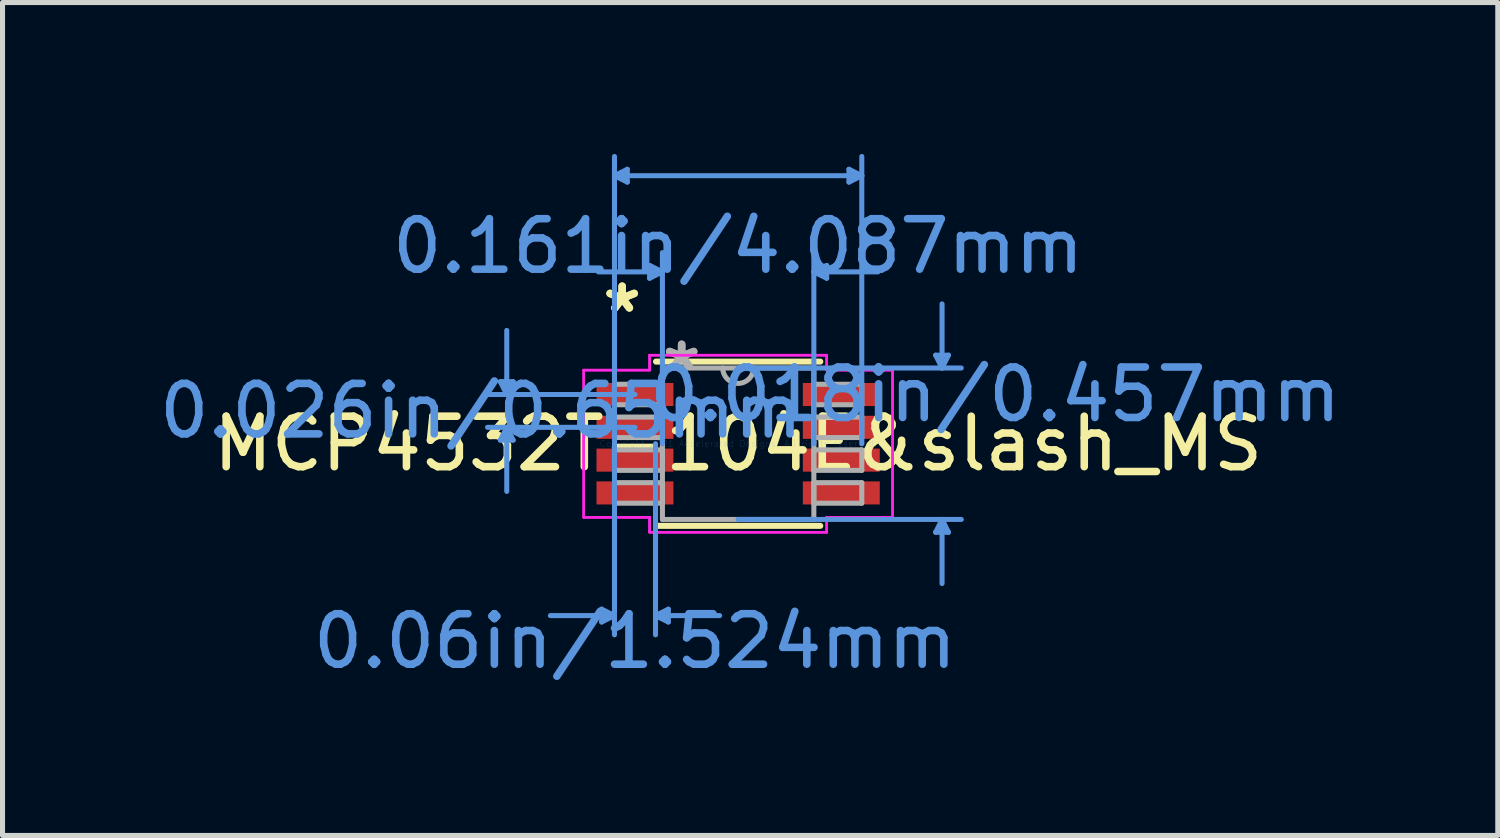
<source format=kicad_pcb>
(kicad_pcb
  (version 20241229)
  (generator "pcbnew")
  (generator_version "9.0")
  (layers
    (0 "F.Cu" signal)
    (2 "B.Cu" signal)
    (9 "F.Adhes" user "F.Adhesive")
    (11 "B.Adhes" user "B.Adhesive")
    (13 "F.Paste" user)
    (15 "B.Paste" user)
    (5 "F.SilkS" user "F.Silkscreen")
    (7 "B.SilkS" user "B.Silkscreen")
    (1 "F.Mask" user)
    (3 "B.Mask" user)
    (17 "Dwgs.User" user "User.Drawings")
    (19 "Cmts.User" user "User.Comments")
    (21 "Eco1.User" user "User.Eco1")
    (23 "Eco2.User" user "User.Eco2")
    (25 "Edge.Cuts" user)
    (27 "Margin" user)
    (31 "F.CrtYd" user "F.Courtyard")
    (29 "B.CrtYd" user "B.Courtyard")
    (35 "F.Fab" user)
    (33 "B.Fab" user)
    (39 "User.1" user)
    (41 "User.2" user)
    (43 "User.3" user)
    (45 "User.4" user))
  (footprint "MCP4532T-104E&slash_MS"
    (layer "F.Cu")
    (at 11.574 5.741)
    (property "Reference" "MCP4532T-104E&slash_MS" (at 0 0 0) (layer "F.SilkS") (effects (font (size 1 1) (thickness 0.15))))
    (attr through_hole)
    (fp_line (start -1.627 1.627) (end 1.627 1.627) (stroke (width 0.12) (type solid)) (layer "F.SilkS"))
    (fp_line (start 1.627 -1.627) (end -1.627 -1.627) (stroke (width 0.12) (type solid)) (layer "F.SilkS"))
    (fp_line (start -4.711 -1.229) (end -4.457 -1.229) (stroke (width 0.1) (type solid)) (layer "Cmts.User"))
    (fp_line (start -4.711 -0.071) (end -4.457 -0.071) (stroke (width 0.1) (type solid)) (layer "Cmts.User"))
    (fp_line (start -4.584 -0.975) (end -4.711 -1.229) (stroke (width 0.1) (type solid)) (layer "Cmts.User"))
    (fp_line (start -4.584 -0.975) (end -4.584 -2.245) (stroke (width 0.1) (type solid)) (layer "Cmts.User"))
    (fp_line (start -4.584 -0.975) (end -4.457 -1.229) (stroke (width 0.1) (type solid)) (layer "Cmts.User"))
    (fp_line (start -4.584 -0.325) (end -4.711 -0.071) (stroke (width 0.1) (type solid)) (layer "Cmts.User"))
    (fp_line (start -4.584 -0.325) (end -4.584 0.945) (stroke (width 0.1) (type solid)) (layer "Cmts.User"))
    (fp_line (start -4.584 -0.325) (end -4.457 -0.071) (stroke (width 0.1) (type solid)) (layer "Cmts.User"))
    (fp_line (start -2.704 3.278) (end -2.704 3.532) (stroke (width 0.1) (type solid)) (layer "Cmts.User"))
    (fp_line (start -2.45 -5.31) (end -2.196 -5.437) (stroke (width 0.1) (type solid)) (layer "Cmts.User"))
    (fp_line (start -2.45 -5.31) (end -2.196 -5.183) (stroke (width 0.1) (type solid)) (layer "Cmts.User"))
    (fp_line (start -2.45 -5.31) (end 2.45 -5.31) (stroke (width 0.1) (type solid)) (layer "Cmts.User"))
    (fp_line (start -2.45 0) (end -2.45 -5.691) (stroke (width 0.1) (type solid)) (layer "Cmts.User"))
    (fp_line (start -2.45 0) (end -2.45 3.786) (stroke (width 0.1) (type solid)) (layer "Cmts.User"))
    (fp_line (start -2.45 3.405) (end -3.72 3.405) (stroke (width 0.1) (type solid)) (layer "Cmts.User"))
    (fp_line (start -2.45 3.405) (end -2.704 3.278) (stroke (width 0.1) (type solid)) (layer "Cmts.User"))
    (fp_line (start -2.45 3.405) (end -2.704 3.532) (stroke (width 0.1) (type solid)) (layer "Cmts.User"))
    (fp_line (start -2.196 -5.437) (end -2.196 -5.183) (stroke (width 0.1) (type solid)) (layer "Cmts.User"))
    (fp_line (start -2.044 -0.975) (end -4.965 -0.975) (stroke (width 0.1) (type solid)) (layer "Cmts.User"))
    (fp_line (start -2.044 -0.325) (end -4.965 -0.325) (stroke (width 0.1) (type solid)) (layer "Cmts.User"))
    (fp_line (start -1.754 -3.532) (end -1.754 -3.278) (stroke (width 0.1) (type solid)) (layer "Cmts.User"))
    (fp_line (start -1.637 0) (end -1.637 3.786) (stroke (width 0.1) (type solid)) (layer "Cmts.User"))
    (fp_line (start -1.637 3.405) (end -1.383 3.278) (stroke (width 0.1) (type solid)) (layer "Cmts.User"))
    (fp_line (start -1.637 3.405) (end -1.383 3.532) (stroke (width 0.1) (type solid)) (layer "Cmts.User"))
    (fp_line (start -1.637 3.405) (end -0.367 3.405) (stroke (width 0.1) (type solid)) (layer "Cmts.User"))
    (fp_line (start -1.5 -3.405) (end -2.77 -3.405) (stroke (width 0.1) (type solid)) (layer "Cmts.User"))
    (fp_line (start -1.5 -3.405) (end -1.754 -3.532) (stroke (width 0.1) (type solid)) (layer "Cmts.User"))
    (fp_line (start -1.5 -3.405) (end -1.754 -3.278) (stroke (width 0.1) (type solid)) (layer "Cmts.User"))
    (fp_line (start -1.5 0) (end -1.5 -3.786) (stroke (width 0.1) (type solid)) (layer "Cmts.User"))
    (fp_line (start -1.383 3.278) (end -1.383 3.532) (stroke (width 0.1) (type solid)) (layer "Cmts.User"))
    (fp_line (start 0 -1.5) (end 4.421 -1.5) (stroke (width 0.1) (type solid)) (layer "Cmts.User"))
    (fp_line (start 0 1.5) (end 4.421 1.5) (stroke (width 0.1) (type solid)) (layer "Cmts.User"))
    (fp_line (start 1.5 -3.405) (end 1.754 -3.532) (stroke (width 0.1) (type solid)) (layer "Cmts.User"))
    (fp_line (start 1.5 -3.405) (end 1.754 -3.278) (stroke (width 0.1) (type solid)) (layer "Cmts.User"))
    (fp_line (start 1.5 -3.405) (end 2.77 -3.405) (stroke (width 0.1) (type solid)) (layer "Cmts.User"))
    (fp_line (start 1.5 0) (end 1.5 -3.786) (stroke (width 0.1) (type solid)) (layer "Cmts.User"))
    (fp_line (start 1.754 -3.532) (end 1.754 -3.278) (stroke (width 0.1) (type solid)) (layer "Cmts.User"))
    (fp_line (start 2.196 -5.437) (end 2.196 -5.183) (stroke (width 0.1) (type solid)) (layer "Cmts.User"))
    (fp_line (start 2.45 -5.31) (end 2.196 -5.437) (stroke (width 0.1) (type solid)) (layer "Cmts.User"))
    (fp_line (start 2.45 -5.31) (end 2.196 -5.183) (stroke (width 0.1) (type solid)) (layer "Cmts.User"))
    (fp_line (start 2.45 0) (end 2.45 -5.691) (stroke (width 0.1) (type solid)) (layer "Cmts.User"))
    (fp_line (start 3.913 -1.754) (end 4.167 -1.754) (stroke (width 0.1) (type solid)) (layer "Cmts.User"))
    (fp_line (start 3.913 1.754) (end 4.167 1.754) (stroke (width 0.1) (type solid)) (layer "Cmts.User"))
    (fp_line (start 4.04 -1.5) (end 3.913 -1.754) (stroke (width 0.1) (type solid)) (layer "Cmts.User"))
    (fp_line (start 4.04 -1.5) (end 4.04 -2.77) (stroke (width 0.1) (type solid)) (layer "Cmts.User"))
    (fp_line (start 4.04 -1.5) (end 4.167 -1.754) (stroke (width 0.1) (type solid)) (layer "Cmts.User"))
    (fp_line (start 4.04 1.5) (end 3.913 1.754) (stroke (width 0.1) (type solid)) (layer "Cmts.User"))
    (fp_line (start 4.04 1.5) (end 4.04 2.77) (stroke (width 0.1) (type solid)) (layer "Cmts.User"))
    (fp_line (start 4.04 1.5) (end 4.167 1.754) (stroke (width 0.1) (type solid)) (layer "Cmts.User"))
    (fp_line (start -3.06 -1.458) (end -1.754 -1.458) (stroke (width 0.05) (type solid)) (layer "F.CrtYd"))
    (fp_line (start -3.06 -1.458) (end -1.754 -1.458) (stroke (width 0.05) (type solid)) (layer "F.CrtYd"))
    (fp_line (start -3.06 1.458) (end -3.06 -1.458) (stroke (width 0.05) (type solid)) (layer "F.CrtYd"))
    (fp_line (start -3.06 1.458) (end -3.06 -1.458) (stroke (width 0.05) (type solid)) (layer "F.CrtYd"))
    (fp_line (start -3.06 1.458) (end -1.754 1.458) (stroke (width 0.05) (type solid)) (layer "F.CrtYd"))
    (fp_line (start -1.754 -1.754) (end 1.754 -1.754) (stroke (width 0.05) (type solid)) (layer "F.CrtYd"))
    (fp_line (start -1.754 -1.754) (end 1.754 -1.754) (stroke (width 0.05) (type solid)) (layer "F.CrtYd"))
    (fp_line (start -1.754 -1.458) (end -1.754 -1.754) (stroke (width 0.05) (type solid)) (layer "F.CrtYd"))
    (fp_line (start -1.754 -1.458) (end -1.754 -1.754) (stroke (width 0.05) (type solid)) (layer "F.CrtYd"))
    (fp_line (start -1.754 1.458) (end -3.06 1.458) (stroke (width 0.05) (type solid)) (layer "F.CrtYd"))
    (fp_line (start -1.754 1.754) (end -1.754 1.458) (stroke (width 0.05) (type solid)) (layer "F.CrtYd"))
    (fp_line (start -1.754 1.754) (end -1.754 1.458) (stroke (width 0.05) (type solid)) (layer "F.CrtYd"))
    (fp_line (start 1.754 -1.754) (end 1.754 -1.458) (stroke (width 0.05) (type solid)) (layer "F.CrtYd"))
    (fp_line (start 1.754 -1.754) (end 1.754 -1.458) (stroke (width 0.05) (type solid)) (layer "F.CrtYd"))
    (fp_line (start 1.754 -1.458) (end 3.06 -1.458) (stroke (width 0.05) (type solid)) (layer "F.CrtYd"))
    (fp_line (start 1.754 1.458) (end 1.754 1.754) (stroke (width 0.05) (type solid)) (layer "F.CrtYd"))
    (fp_line (start 1.754 1.458) (end 1.754 1.754) (stroke (width 0.05) (type solid)) (layer "F.CrtYd"))
    (fp_line (start 1.754 1.754) (end -1.754 1.754) (stroke (width 0.05) (type solid)) (layer "F.CrtYd"))
    (fp_line (start 1.754 1.754) (end -1.754 1.754) (stroke (width 0.05) (type solid)) (layer "F.CrtYd"))
    (fp_line (start 3.06 -1.458) (end 1.754 -1.458) (stroke (width 0.05) (type solid)) (layer "F.CrtYd"))
    (fp_line (start 3.06 -1.458) (end 3.06 1.458) (stroke (width 0.05) (type solid)) (layer "F.CrtYd"))
    (fp_line (start 3.06 -1.458) (end 3.06 1.458) (stroke (width 0.05) (type solid)) (layer "F.CrtYd"))
    (fp_line (start 3.06 1.458) (end 1.754 1.458) (stroke (width 0.05) (type solid)) (layer "F.CrtYd"))
    (fp_line (start 3.06 1.458) (end 1.754 1.458) (stroke (width 0.05) (type solid)) (layer "F.CrtYd"))
    (fp_line (start -2.45 -1.178) (end -2.45 -0.772) (stroke (width 0.1) (type solid)) (layer "F.Fab"))
    (fp_line (start -2.45 -0.772) (end -1.5 -0.772) (stroke (width 0.1) (type solid)) (layer "F.Fab"))
    (fp_line (start -2.45 -0.528) (end -2.45 -0.122) (stroke (width 0.1) (type solid)) (layer "F.Fab"))
    (fp_line (start -2.45 -0.122) (end -1.5 -0.122) (stroke (width 0.1) (type solid)) (layer "F.Fab"))
    (fp_line (start -2.45 0.122) (end -2.45 0.528) (stroke (width 0.1) (type solid)) (layer "F.Fab"))
    (fp_line (start -2.45 0.528) (end -1.5 0.528) (stroke (width 0.1) (type solid)) (layer "F.Fab"))
    (fp_line (start -2.45 0.772) (end -2.45 1.178) (stroke (width 0.1) (type solid)) (layer "F.Fab"))
    (fp_line (start -2.45 1.178) (end -1.5 1.178) (stroke (width 0.1) (type solid)) (layer "F.Fab"))
    (fp_line (start -1.5 -1.5) (end -1.5 1.5) (stroke (width 0.1) (type solid)) (layer "F.Fab"))
    (fp_line (start -1.5 -1.178) (end -2.45 -1.178) (stroke (width 0.1) (type solid)) (layer "F.Fab"))
    (fp_line (start -1.5 -0.772) (end -1.5 -1.178) (stroke (width 0.1) (type solid)) (layer "F.Fab"))
    (fp_line (start -1.5 -0.528) (end -2.45 -0.528) (stroke (width 0.1) (type solid)) (layer "F.Fab"))
    (fp_line (start -1.5 -0.122) (end -1.5 -0.528) (stroke (width 0.1) (type solid)) (layer "F.Fab"))
    (fp_line (start -1.5 0.122) (end -2.45 0.122) (stroke (width 0.1) (type solid)) (layer "F.Fab"))
    (fp_line (start -1.5 0.528) (end -1.5 0.122) (stroke (width 0.1) (type solid)) (layer "F.Fab"))
    (fp_line (start -1.5 0.772) (end -2.45 0.772) (stroke (width 0.1) (type solid)) (layer "F.Fab"))
    (fp_line (start -1.5 1.178) (end -1.5 0.772) (stroke (width 0.1) (type solid)) (layer "F.Fab"))
    (fp_line (start -1.5 1.5) (end 1.5 1.5) (stroke (width 0.1) (type solid)) (layer "F.Fab"))
    (fp_line (start 1.5 -1.5) (end -1.5 -1.5) (stroke (width 0.1) (type solid)) (layer "F.Fab"))
    (fp_line (start 1.5 -1.178) (end 1.5 -0.772) (stroke (width 0.1) (type solid)) (layer "F.Fab"))
    (fp_line (start 1.5 -0.772) (end 2.45 -0.772) (stroke (width 0.1) (type solid)) (layer "F.Fab"))
    (fp_line (start 1.5 -0.528) (end 1.5 -0.122) (stroke (width 0.1) (type solid)) (layer "F.Fab"))
    (fp_line (start 1.5 -0.122) (end 2.45 -0.122) (stroke (width 0.1) (type solid)) (layer "F.Fab"))
    (fp_line (start 1.5 0.122) (end 1.5 0.528) (stroke (width 0.1) (type solid)) (layer "F.Fab"))
    (fp_line (start 1.5 0.528) (end 2.45 0.528) (stroke (width 0.1) (type solid)) (layer "F.Fab"))
    (fp_line (start 1.5 0.772) (end 1.5 1.178) (stroke (width 0.1) (type solid)) (layer "F.Fab"))
    (fp_line (start 1.5 1.178) (end 2.45 1.178) (stroke (width 0.1) (type solid)) (layer "F.Fab"))
    (fp_line (start 1.5 1.5) (end 1.5 -1.5) (stroke (width 0.1) (type solid)) (layer "F.Fab"))
    (fp_line (start 2.45 -1.178) (end 1.5 -1.178) (stroke (width 0.1) (type solid)) (layer "F.Fab"))
    (fp_line (start 2.45 -0.772) (end 2.45 -1.178) (stroke (width 0.1) (type solid)) (layer "F.Fab"))
    (fp_line (start 2.45 -0.528) (end 1.5 -0.528) (stroke (width 0.1) (type solid)) (layer "F.Fab"))
    (fp_line (start 2.45 -0.122) (end 2.45 -0.528) (stroke (width 0.1) (type solid)) (layer "F.Fab"))
    (fp_line (start 2.45 0.122) (end 1.5 0.122) (stroke (width 0.1) (type solid)) (layer "F.Fab"))
    (fp_line (start 2.45 0.528) (end 2.45 0.122) (stroke (width 0.1) (type solid)) (layer "F.Fab"))
    (fp_line (start 2.45 0.772) (end 1.5 0.772) (stroke (width 0.1) (type solid)) (layer "F.Fab"))
    (fp_line (start 2.45 1.178) (end 2.45 0.772) (stroke (width 0.1) (type solid)) (layer "F.Fab"))
    (fp_arc (start 0.3048 -1.5) (mid 0 -1.1952) (end -0.3048 -1.5) (stroke (width 0.1) (type solid)) (layer "F.Fab"))
    (fp_text user "*" (at -2.298 -2.575 0) (layer "F.SilkS") (effects (font (size 1 1) (thickness 0.15))))
    (fp_text user "*" (at -2.298 -2.575 0) (layer "F.SilkS") (effects (font (size 1 1) (thickness 0.15))))
    (fp_text user "0.026in/0.65mm" (at -5.092 -0.65 0) (layer "Cmts.User") (effects (font (size 1 1) (thickness 0.15))))
    (fp_text user "0.161in/4.087mm" (at 0 -3.913 0) (layer "Cmts.User") (effects (font (size 1 1) (thickness 0.15))))
    (fp_text user "0.06in/1.524mm" (at -2.044 3.913 0) (layer "Cmts.User") (effects (font (size 1 1) (thickness 0.15))))
    (fp_text user "Copyright 2021 Accelerated Designs. All rights reserved." (at 0 0 0) (layer "Cmts.User") (effects (font (size 0.127 0.127) (thickness 0.002))))
    (fp_text user "0.018in/0.457mm" (at 5.092 -0.975 0) (layer "Cmts.User") (effects (font (size 1 1) (thickness 0.15))))
    (fp_text user "*" (at -1.119 -1.424 0) (layer "F.Fab") (effects (font (size 1 1) (thickness 0.15))))
    (fp_text user "*" (at -1.119 -1.424 0) (layer "F.Fab") (effects (font (size 1 1) (thickness 0.15))))
    (pad "1" smd rect (at -2.044 -0.975) (size 1.524 0.457) (layers "F.Cu" "F.Mask" "F.Paste"))
    (pad "2" smd rect (at -2.044 -0.325) (size 1.524 0.457) (layers "F.Cu" "F.Mask" "F.Paste"))
    (pad "3" smd rect (at -2.044 0.325) (size 1.524 0.457) (layers "F.Cu" "F.Mask" "F.Paste"))
    (pad "4" smd rect (at -2.044 0.975) (size 1.524 0.457) (layers "F.Cu" "F.Mask" "F.Paste"))
    (pad "5" smd rect (at 2.044 0.975) (size 1.524 0.457) (layers "F.Cu" "F.Mask" "F.Paste"))
    (pad "6" smd rect (at 2.044 0.325) (size 1.524 0.457) (layers "F.Cu" "F.Mask" "F.Paste"))
    (pad "7" smd rect (at 2.044 -0.325) (size 1.524 0.457) (layers "F.Cu" "F.Mask" "F.Paste"))
    (pad "8" smd rect (at 2.044 -0.975) (size 1.524 0.457) (layers "F.Cu" "F.Mask" "F.Paste")))
  (gr_rect
    (start -3 -3)
    (end 26.624 13.502)
    (stroke (width 0.1) (type default))
    (fill no)
    (layer "Edge.Cuts")))
</source>
